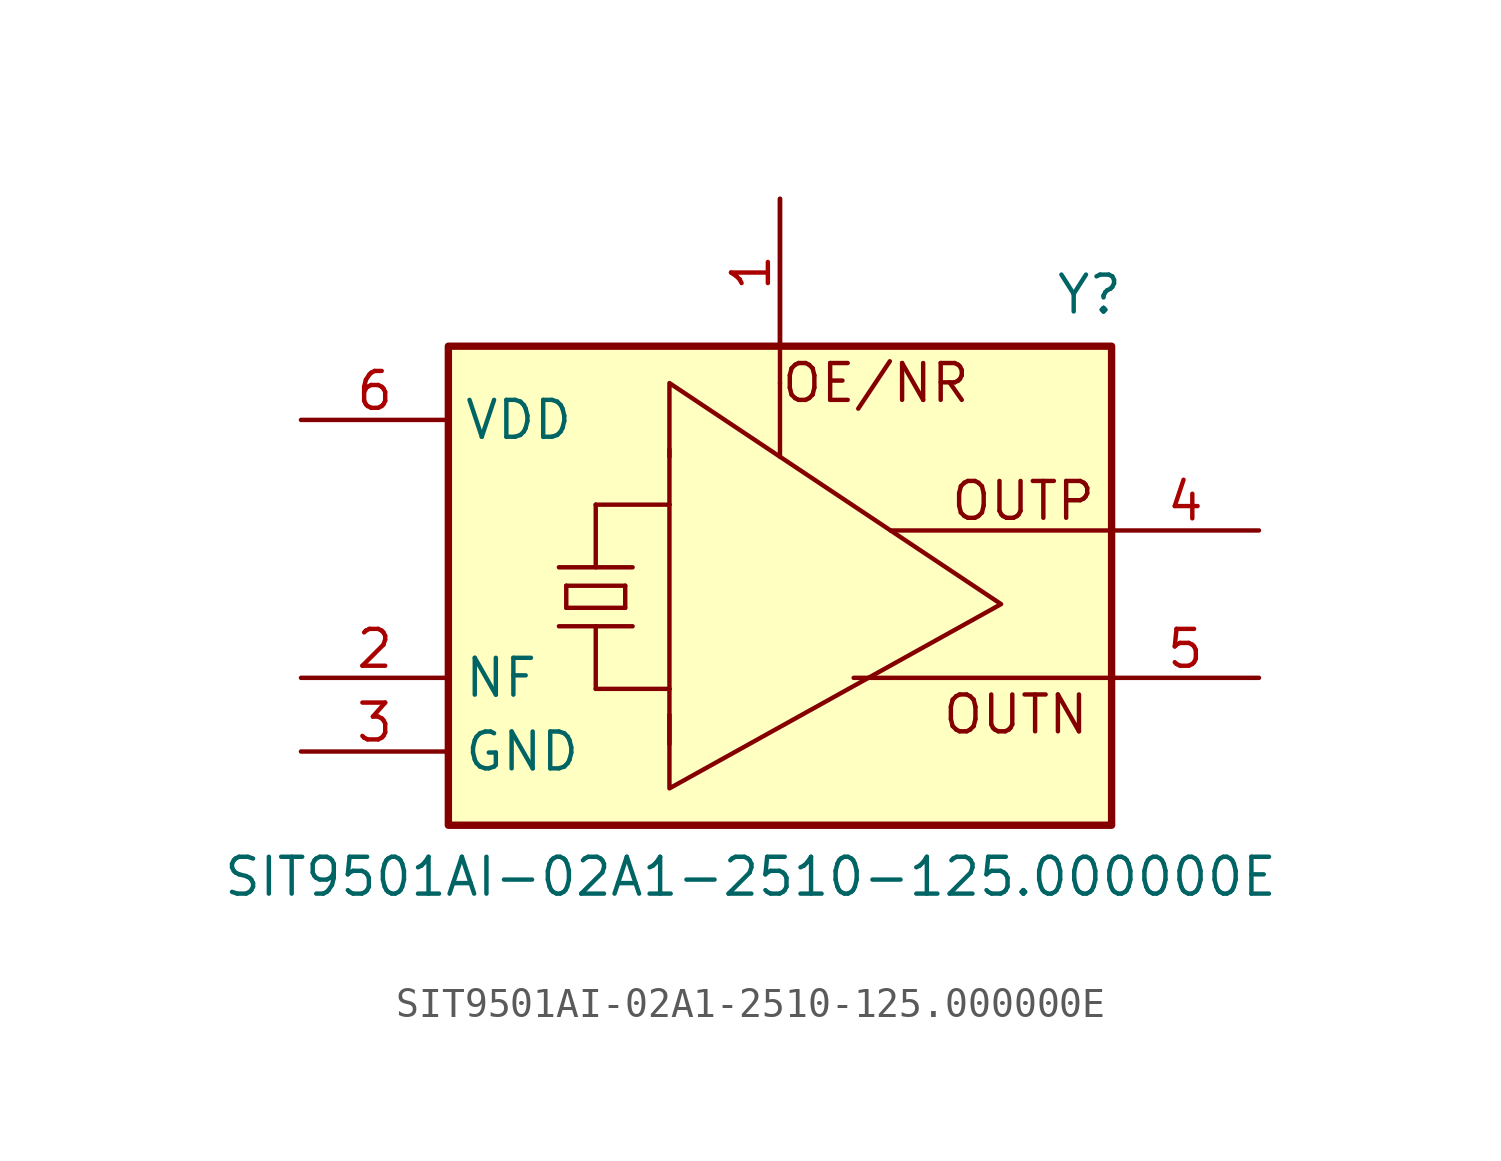
<source format=kicad_sym>
(kicad_symbol_lib
  (version 20241209)
  (generator "kicad_symbol_editor")
  (generator_version "9.0")
  (symbol "SIT9501AI-02A1-2510-125.000000E"
    (property "Reference" "Y"
      (at 22.098 1.778 0)
      (effects (font (size 1.27 1.27))))
    (property "Value" "SIT9501AI-02A1-2510-125.000000E"
      (at 10.414 -18.288 0)
      (effects (font (size 1.27 1.27))))
    (symbol "SIT9501AI-02A1-2510-125.000000E_0_1"
      (polyline (pts (xy 7.62 -3.81) (xy 7.62 -1.27) (xy 19.05 -8.89) (xy 7.62 -15.24) (xy 7.62 -12.7)) (stroke (width 0) (type default)) (fill (type none)))
      (polyline (pts (xy 11.43 -1.27) (xy 11.43 5.08)) (stroke (width 0) (type default)) (fill (type none)))
      (polyline (pts (xy 22.86 -6.35) (xy 15.24 -6.35)) (stroke (width 0) (type default)) (fill (type none)))
      (polyline (pts (xy 22.86 -11.43) (xy 13.97 -11.43)) (stroke (width 0) (type default)) (fill (type none))))
    (symbol "SIT9501AI-02A1-2510-125.000000E_1_0"
      (polyline (pts (xy 3.81 -7.62) (xy 6.35 -7.62)) (stroke (width 0) (type solid)) (fill (type none)))
      (polyline (pts (xy 3.81 -9.652) (xy 5.08 -9.652)) (stroke (width 0) (type solid)) (fill (type none)))
      (polyline (pts (xy 4.064 -8.255) (xy 6.096 -8.255)) (stroke (width 0) (type solid)) (fill (type none)))
      (polyline (pts (xy 4.064 -9.017) (xy 4.064 -8.255)) (stroke (width 0) (type solid)) (fill (type none)))
      (polyline (pts (xy 4.064 -9.017) (xy 6.096 -9.017)) (stroke (width 0) (type solid)) (fill (type none)))
      (polyline (pts (xy 5.08 -5.461) (xy 7.62 -5.461)) (stroke (width 0) (type solid)) (fill (type none)))
      (polyline (pts (xy 5.08 -7.62) (xy 5.08 -5.461)) (stroke (width 0) (type solid)) (fill (type none)))
      (polyline (pts (xy 5.08 -9.652) (xy 6.35 -9.652)) (stroke (width 0) (type solid)) (fill (type none)))
      (polyline (pts (xy 5.08 -11.811) (xy 5.08 -9.652)) (stroke (width 0) (type solid)) (fill (type none)))
      (polyline (pts (xy 5.08 -11.811) (xy 7.62 -11.811)) (stroke (width 0) (type solid)) (fill (type none)))
      (polyline (pts (xy 6.096 -8.255) (xy 6.096 -9.017)) (stroke (width 0) (type solid)) (fill (type none)))
      (polyline (pts (xy 7.62 -5.461) (xy 7.62 -3.556)) (stroke (width 0) (type solid)) (fill (type none)))
      (polyline (pts (xy 7.62 -11.811) (xy 7.62 -5.461)) (stroke (width 0) (type solid)) (fill (type none)))
      (polyline (pts (xy 7.62 -13.716) (xy 7.62 -11.811)) (stroke (width 0) (type solid)) (fill (type none)))
      (polyline (pts (xy 11.43 -1.27) (xy 11.43 -3.81)) (stroke (width 0) (type solid)) (fill (type none))))
    (symbol "SIT9501AI-02A1-2510-125.000000E_1_1"
      (rectangle (start 0 0) (end 22.86 -16.51) (stroke (width 0.254) (type default)) (fill (type background)))
      (text "OE/NR\n" (at 14.732 -1.27 0) (effects (font (size 1.27 1.27))))
      (text "OUTN\n\n" (at 19.558 -13.716 0) (effects (font (size 1.27 1.27))))
      (text "OUTP\n" (at 19.812 -5.334 0) (effects (font (size 1.27 1.27))))
      (pin passive line (at -5.08 -2.54 0) (length 5.08) (name "VDD" (effects (font (size 1.27 1.27)))) (number "6" (effects (font (size 1.27 1.27)))))
      (pin passive line (at -5.08 -11.43 0) (length 5.08) (name "NF" (effects (font (size 1.27 1.27)))) (number "2" (effects (font (size 1.27 1.27)))))
      (pin passive line (at -5.08 -13.97 0) (length 5.08) (name "GND" (effects (font (size 1.27 1.27)))) (number "3" (effects (font (size 1.27 1.27)))))
      (pin passive line (at 11.43 5.08 270) (length 5.08) (name "" (effects (font (size 1.27 1.27)))) (number "1" (effects (font (size 1.27 1.27)))))
      (pin passive line (at 27.94 -6.35 180) (length 5.08) (name "" (effects (font (size 1.27 1.27)))) (number "4" (effects (font (size 1.27 1.27)))))
      (pin passive line (at 27.94 -11.43 180) (length 5.08) (name "" (effects (font (size 1.27 1.27)))) (number "5" (effects (font (size 1.27 1.27))))))))
</source>
